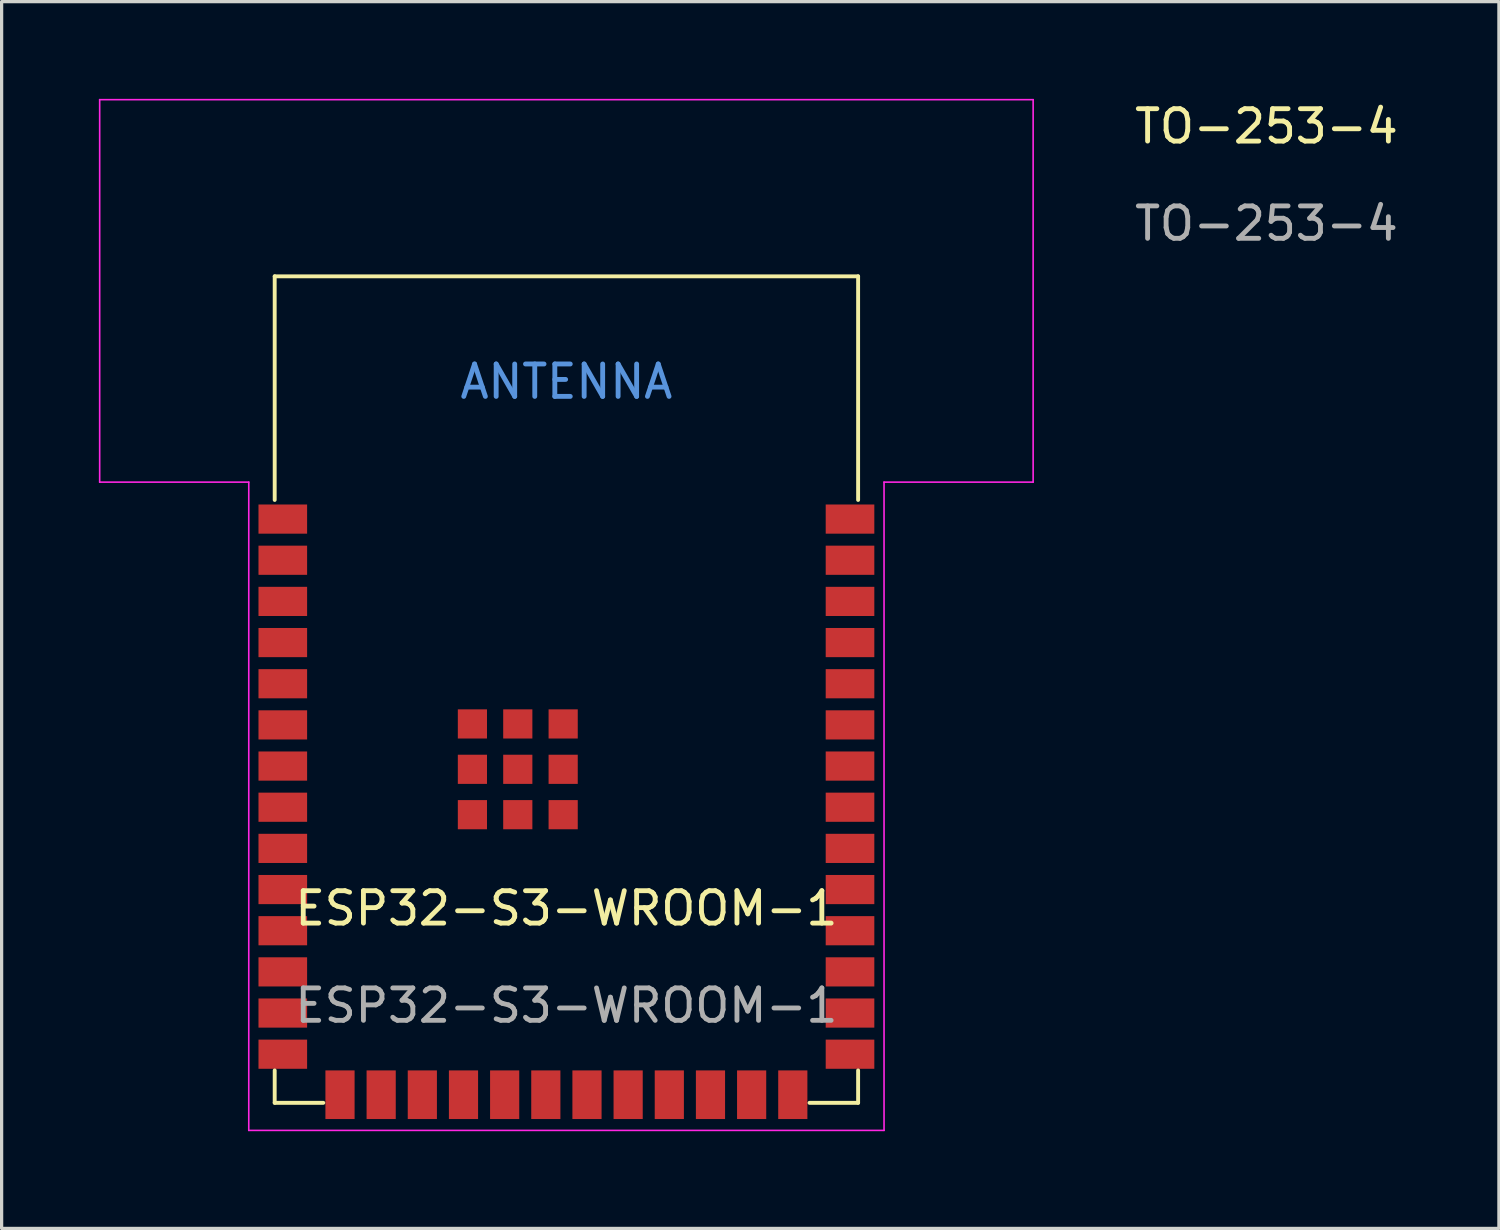
<source format=kicad_pcb>
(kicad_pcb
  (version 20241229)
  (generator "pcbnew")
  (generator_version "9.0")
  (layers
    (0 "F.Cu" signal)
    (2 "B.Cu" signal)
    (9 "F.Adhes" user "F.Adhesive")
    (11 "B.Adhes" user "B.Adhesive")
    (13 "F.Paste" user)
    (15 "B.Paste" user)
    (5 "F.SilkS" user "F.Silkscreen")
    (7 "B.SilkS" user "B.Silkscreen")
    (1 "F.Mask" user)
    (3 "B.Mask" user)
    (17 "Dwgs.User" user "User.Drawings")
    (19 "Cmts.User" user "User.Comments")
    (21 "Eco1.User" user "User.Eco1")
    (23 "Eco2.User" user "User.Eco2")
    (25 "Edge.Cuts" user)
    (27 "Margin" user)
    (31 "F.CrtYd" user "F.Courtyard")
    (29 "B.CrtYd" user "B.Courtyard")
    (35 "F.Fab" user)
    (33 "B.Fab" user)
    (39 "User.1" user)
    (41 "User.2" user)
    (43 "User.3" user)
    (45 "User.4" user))
  (footprint "TO-253-4"
    (layer "F.Cu")
    (at 36.023 1.348)
    (property "Reference" "TO-253-4" (at 0 -0.5 0) (unlocked yes) (layer "F.SilkS") (effects (font (size 1 1) (thickness 0.15))))
    (attr smd)
    (fp_text user "${REFERENCE}" (at 0 2.5 0) (unlocked yes) (layer "F.Fab") (effects (font (size 1 1) (thickness 0.15)))))
  (footprint "ESP32-S3-WROOM-1"
    (layer "F.Cu")
    (at 14.425 18.225)
    (property "Reference" "ESP32-S3-WROOM-1" (at 0 6.75 0) (unlocked yes) (layer "F.SilkS") (effects (font (size 1 1) (thickness 0.15))))
    (attr smd)
    (fp_line (start -9 -12.75) (end -9 -5.85) (stroke (width 0.12) (type solid)) (layer "F.SilkS"))
    (fp_line (start -9 -12.75) (end 9 -12.75) (stroke (width 0.12) (type solid)) (layer "F.SilkS"))
    (fp_line (start -9 11.75) (end -9 12.75) (stroke (width 0.12) (type solid)) (layer "F.SilkS"))
    (fp_line (start -9 12.75) (end -7.5 12.75) (stroke (width 0.12) (type solid)) (layer "F.SilkS"))
    (fp_line (start 9 -12.75) (end 9 -5.85) (stroke (width 0.12) (type solid)) (layer "F.SilkS"))
    (fp_line (start 9 11.75) (end 9 12.75) (stroke (width 0.12) (type solid)) (layer "F.SilkS"))
    (fp_line (start 9 12.75) (end 7.5 12.75) (stroke (width 0.12) (type solid)) (layer "F.SilkS"))
    (fp_line (start -14.4 -18.2) (end -14.4 -6.4) (stroke (width 0.05) (type solid)) (layer "F.CrtYd"))
    (fp_line (start -14.4 -6.4) (end -9.8 -6.4) (stroke (width 0.05) (type solid)) (layer "F.CrtYd"))
    (fp_line (start -9.8 -6.4) (end -9.8 13.6) (stroke (width 0.05) (type solid)) (layer "F.CrtYd"))
    (fp_line (start -9.8 13.6) (end 9.8 13.6) (stroke (width 0.05) (type solid)) (layer "F.CrtYd"))
    (fp_line (start 9.8 -6.4) (end 14.4 -6.4) (stroke (width 0.05) (type solid)) (layer "F.CrtYd"))
    (fp_line (start 9.8 13.6) (end 9.8 -6.4) (stroke (width 0.05) (type solid)) (layer "F.CrtYd"))
    (fp_line (start 14.4 -18.2) (end -14.4 -18.2) (stroke (width 0.05) (type solid)) (layer "F.CrtYd"))
    (fp_line (start 14.4 -6.4) (end 14.4 -18.2) (stroke (width 0.05) (type solid)) (layer "F.CrtYd"))
    (fp_text user "ANTENNA" (at 0 -9.5 0) (unlocked yes) (layer "Cmts.User") (effects (font (size 1 1) (thickness 0.15))))
    (fp_text user "${REFERENCE}" (at 0 9.75 0) (unlocked yes) (layer "F.Fab") (effects (font (size 1 1) (thickness 0.15))))
    (pad "1" smd rect (at -8.75 -5.26) (size 1.5 0.9) (layers "F.Cu" "F.Mask" "F.Paste"))
    (pad "2" smd rect (at -8.75 -3.99) (size 1.5 0.9) (layers "F.Cu" "F.Mask" "F.Paste"))
    (pad "3" smd rect (at -8.75 -2.72) (size 1.5 0.9) (layers "F.Cu" "F.Mask" "F.Paste"))
    (pad "4" smd rect (at -8.75 -1.45) (size 1.5 0.9) (layers "F.Cu" "F.Mask" "F.Paste"))
    (pad "5" smd rect (at -8.75 -0.18) (size 1.5 0.9) (layers "F.Cu" "F.Mask" "F.Paste"))
    (pad "6" smd rect (at -8.75 1.09) (size 1.5 0.9) (layers "F.Cu" "F.Mask" "F.Paste"))
    (pad "7" smd rect (at -8.75 2.36) (size 1.5 0.9) (layers "F.Cu" "F.Mask" "F.Paste"))
    (pad "8" smd rect (at -8.75 3.63) (size 1.5 0.9) (layers "F.Cu" "F.Mask" "F.Paste"))
    (pad "9" smd rect (at -8.75 4.9) (size 1.5 0.9) (layers "F.Cu" "F.Mask" "F.Paste"))
    (pad "10" smd rect (at -8.75 6.17) (size 1.5 0.9) (layers "F.Cu" "F.Mask" "F.Paste"))
    (pad "11" smd rect (at -8.75 7.44) (size 1.5 0.9) (layers "F.Cu" "F.Mask" "F.Paste"))
    (pad "12" smd rect (at -8.75 8.71) (size 1.5 0.9) (layers "F.Cu" "F.Mask" "F.Paste"))
    (pad "13" smd rect (at -8.75 9.98) (size 1.5 0.9) (layers "F.Cu" "F.Mask" "F.Paste"))
    (pad "14" smd rect (at -8.75 11.25) (size 1.5 0.9) (layers "F.Cu" "F.Mask" "F.Paste"))
    (pad "15" smd rect (at -6.985 12.5 90) (size 1.5 0.9) (layers "F.Cu" "F.Mask" "F.Paste"))
    (pad "16" smd rect (at -5.715 12.5 90) (size 1.5 0.9) (layers "F.Cu" "F.Mask" "F.Paste"))
    (pad "17" smd rect (at -4.445 12.5 90) (size 1.5 0.9) (layers "F.Cu" "F.Mask" "F.Paste"))
    (pad "18" smd rect (at -3.175 12.5 90) (size 1.5 0.9) (layers "F.Cu" "F.Mask" "F.Paste"))
    (pad "19" smd rect (at -1.905 12.5 90) (size 1.5 0.9) (layers "F.Cu" "F.Mask" "F.Paste"))
    (pad "20" smd rect (at -0.635 12.5 90) (size 1.5 0.9) (layers "F.Cu" "F.Mask" "F.Paste"))
    (pad "21" smd rect (at 0.635 12.5 90) (size 1.5 0.9) (layers "F.Cu" "F.Mask" "F.Paste"))
    (pad "22" smd rect (at 1.905 12.5 90) (size 1.5 0.9) (layers "F.Cu" "F.Mask" "F.Paste"))
    (pad "23" smd rect (at 3.175 12.5 90) (size 1.5 0.9) (layers "F.Cu" "F.Mask" "F.Paste"))
    (pad "24" smd rect (at 4.445 12.5 90) (size 1.5 0.9) (layers "F.Cu" "F.Mask" "F.Paste"))
    (pad "25" smd rect (at 5.715 12.5 90) (size 1.5 0.9) (layers "F.Cu" "F.Mask" "F.Paste"))
    (pad "26" smd rect (at 6.985 12.5 90) (size 1.5 0.9) (layers "F.Cu" "F.Mask" "F.Paste"))
    (pad "27" smd rect (at 8.75 11.25 180) (size 1.5 0.9) (layers "F.Cu" "F.Mask" "F.Paste"))
    (pad "28" smd rect (at 8.75 9.98 180) (size 1.5 0.9) (layers "F.Cu" "F.Mask" "F.Paste"))
    (pad "29" smd rect (at 8.75 8.71 180) (size 1.5 0.9) (layers "F.Cu" "F.Mask" "F.Paste"))
    (pad "30" smd rect (at 8.75 7.44 180) (size 1.5 0.9) (layers "F.Cu" "F.Mask" "F.Paste"))
    (pad "31" smd rect (at 8.75 6.17 180) (size 1.5 0.9) (layers "F.Cu" "F.Mask" "F.Paste"))
    (pad "32" smd rect (at 8.75 4.9 180) (size 1.5 0.9) (layers "F.Cu" "F.Mask" "F.Paste"))
    (pad "33" smd rect (at 8.75 3.63 180) (size 1.5 0.9) (layers "F.Cu" "F.Mask" "F.Paste"))
    (pad "34" smd rect (at 8.75 2.36 180) (size 1.5 0.9) (layers "F.Cu" "F.Mask" "F.Paste"))
    (pad "35" smd rect (at 8.75 1.09 180) (size 1.5 0.9) (layers "F.Cu" "F.Mask" "F.Paste"))
    (pad "36" smd rect (at 8.75 -0.18 180) (size 1.5 0.9) (layers "F.Cu" "F.Mask" "F.Paste"))
    (pad "37" smd rect (at 8.75 -1.45 180) (size 1.5 0.9) (layers "F.Cu" "F.Mask" "F.Paste"))
    (pad "38" smd rect (at 8.75 -2.72 180) (size 1.5 0.9) (layers "F.Cu" "F.Mask" "F.Paste"))
    (pad "39" smd rect (at 8.75 -3.99 180) (size 1.5 0.9) (layers "F.Cu" "F.Mask" "F.Paste"))
    (pad "40" smd rect (at 8.75 -5.26 180) (size 1.5 0.9) (layers "F.Cu" "F.Mask" "F.Paste"))
    (pad "41" smd rect (at -2.9 1.06) (size 0.9 0.9) (layers "F.Cu" "F.Mask" "F.Paste"))
    (pad "41" smd rect (at -2.9 2.46) (size 0.9 0.9) (layers "F.Cu" "F.Mask" "F.Paste"))
    (pad "41" smd rect (at -2.9 3.86) (size 0.9 0.9) (layers "F.Cu" "F.Mask" "F.Paste"))
    (pad "41" smd rect (at -1.5 1.06) (size 0.9 0.9) (layers "F.Cu" "F.Mask" "F.Paste"))
    (pad "41" smd rect (at -1.5 2.46) (size 0.9 0.9) (layers "F.Cu" "F.Mask" "F.Paste"))
    (pad "41" smd rect (at -1.5 3.86) (size 0.9 0.9) (layers "F.Cu" "F.Mask" "F.Paste"))
    (pad "41" smd rect (at -0.1 1.06) (size 0.9 0.9) (layers "F.Cu" "F.Mask" "F.Paste"))
    (pad "41" smd rect (at -0.1 2.46) (size 0.9 0.9) (layers "F.Cu" "F.Mask" "F.Paste"))
    (pad "41" smd rect (at -0.1 3.86) (size 0.9 0.9) (layers "F.Cu" "F.Mask" "F.Paste"))
    (zone (net_name "") (layers "F.Cu" "B.Cu") (name "ANTENNA") (hatch full 0.508) (connect_pads) (min_thickness 0.254) (filled_areas_thickness no) (keepout (tracks not_allowed) (vias not_allowed) (pads not_allowed) (copperpour not_allowed) (footprints not_allowed)) (placement (enabled no)) (fill) (polygon (pts (xy 28.425 11.475) (xy 0.425 11.475) (xy 0.425 0.475) (xy 28.425 0.475)))))
  (gr_rect
    (start -3 -3)
    (end 43.195 34.85)
    (stroke (width 0.1) (type default))
    (fill no)
    (layer "Edge.Cuts")))
</source>
